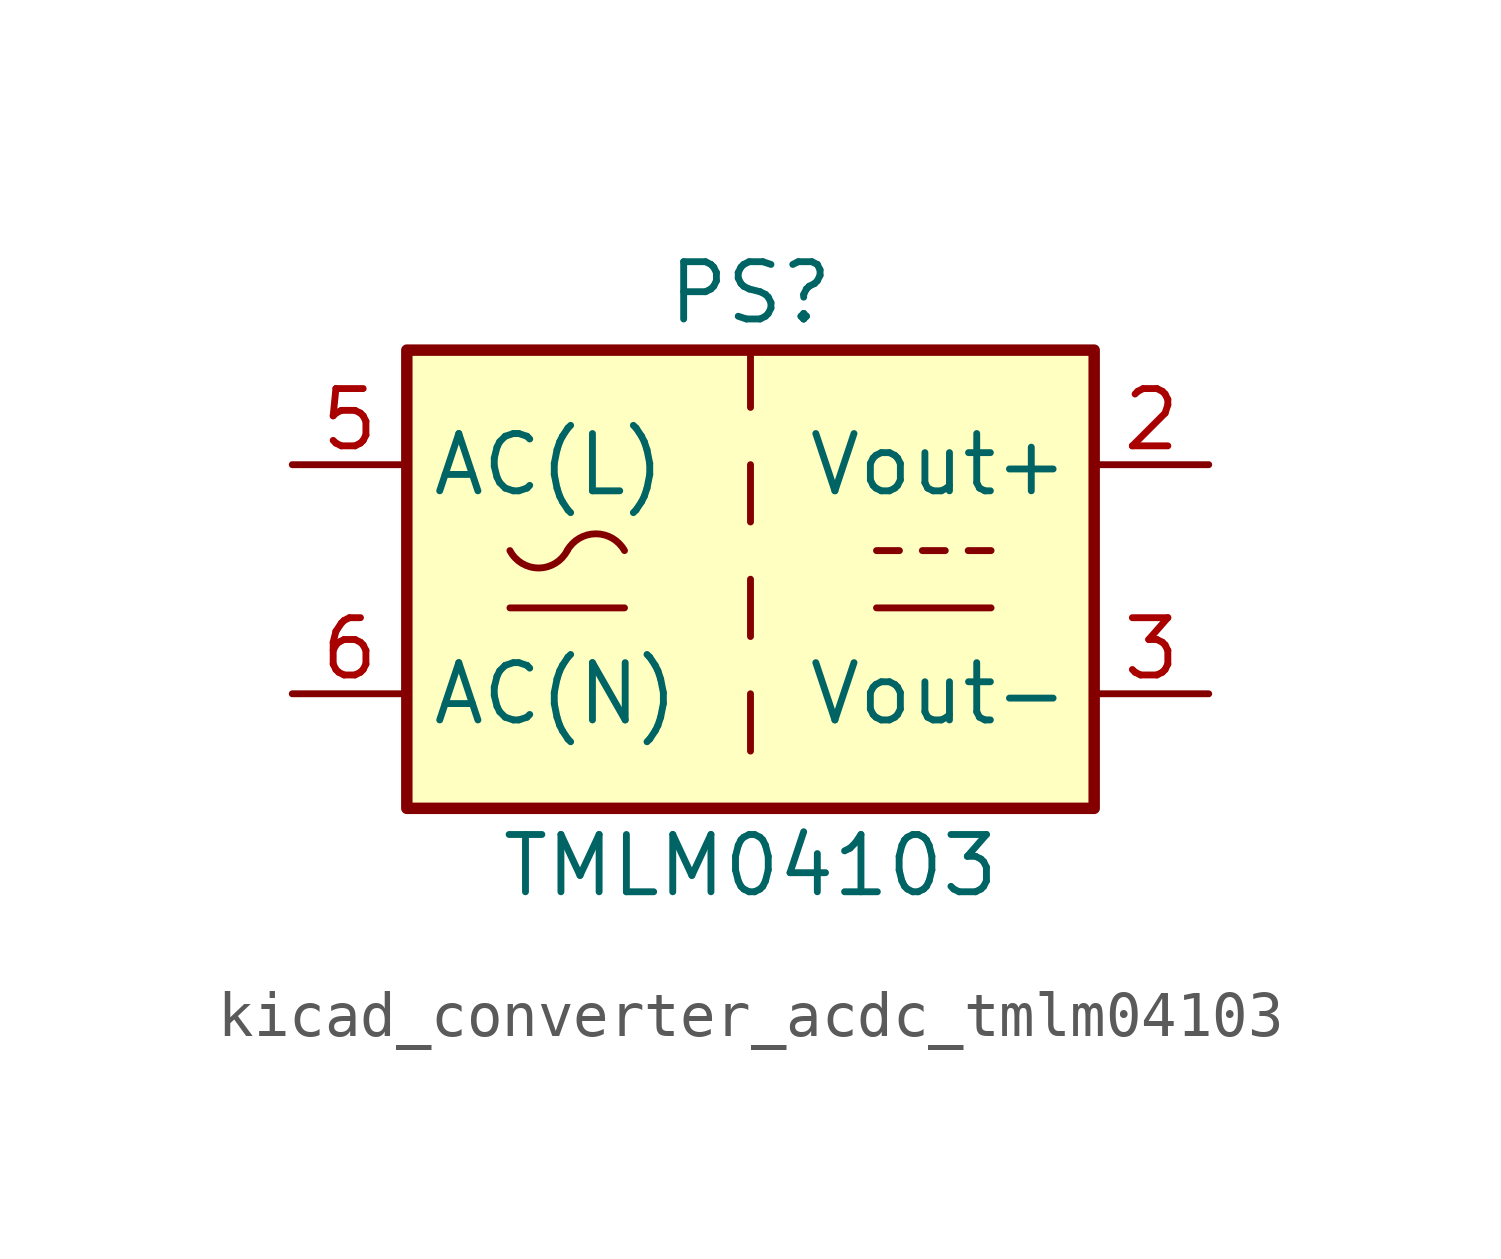
<source format=kicad_sym>
(kicad_symbol_lib
  (version 20220914)
  (generator kicad_symbol_editor)
  (symbol "kicad_converter_acdc_tmlm04103"
    (property "Reference" "PS"
      (at 0 6.35 0)
      (effects (font (size 1.27 1.27))))
    (property "Value" "TMLM04103"
      (at 0 -6.35 0)
      (effects (font (size 1.27 1.27))))
    (symbol "kicad_converter_acdc_tmlm04103_0_1"
      (rectangle (start -7.62 5.08) (end 7.62 -5.08) (stroke (width 0.254) (type default)) (fill (type background)))
      (arc (start -5.334 0.635) (mid -4.699 0.2495) (end -4.064 0.635) (stroke (width 0) (type default)) (fill (type none)))
      (arc (start -2.794 0.635) (mid -3.429 1.0072) (end -4.064 0.635) (stroke (width 0) (type default)) (fill (type none)))
      (polyline (pts (xy -5.334 -0.635) (xy -2.794 -0.635)) (stroke (width 0) (type default)) (fill (type none)))
      (polyline (pts (xy 0 -2.54) (xy 0 -3.81)) (stroke (width 0) (type default)) (fill (type none)))
      (polyline (pts (xy 0 0) (xy 0 -1.27)) (stroke (width 0) (type default)) (fill (type none)))
      (polyline (pts (xy 0 2.54) (xy 0 1.27)) (stroke (width 0) (type default)) (fill (type none)))
      (polyline (pts (xy 0 5.08) (xy 0 3.81)) (stroke (width 0) (type default)) (fill (type none)))
      (polyline (pts (xy 2.794 -0.635) (xy 5.334 -0.635)) (stroke (width 0) (type default)) (fill (type none)))
      (polyline (pts (xy 2.794 0.635) (xy 3.302 0.635)) (stroke (width 0) (type default)) (fill (type none)))
      (polyline (pts (xy 3.81 0.635) (xy 4.318 0.635)) (stroke (width 0) (type default)) (fill (type none)))
      (polyline (pts (xy 4.826 0.635) (xy 5.334 0.635)) (stroke (width 0) (type default)) (fill (type none))))
    (symbol "kicad_converter_acdc_tmlm04103_1_1"
      (pin power_out line (at 10.16 2.54 180) (length 2.54) (name "Vout+" (effects (font (size 1.27 1.27)))) (number "2" (effects (font (size 1.27 1.27)))))
      (pin power_out line (at 10.16 -2.54 180) (length 2.54) (name "Vout-" (effects (font (size 1.27 1.27)))) (number "3" (effects (font (size 1.27 1.27)))))
      (pin power_in line (at -10.16 2.54 0) (length 2.54) (name "AC(L)" (effects (font (size 1.27 1.27)))) (number "5" (effects (font (size 1.27 1.27)))))
      (pin power_in line (at -10.16 -2.54 0) (length 2.54) (name "AC(N)" (effects (font (size 1.27 1.27)))) (number "6" (effects (font (size 1.27 1.27))))))))
</source>
